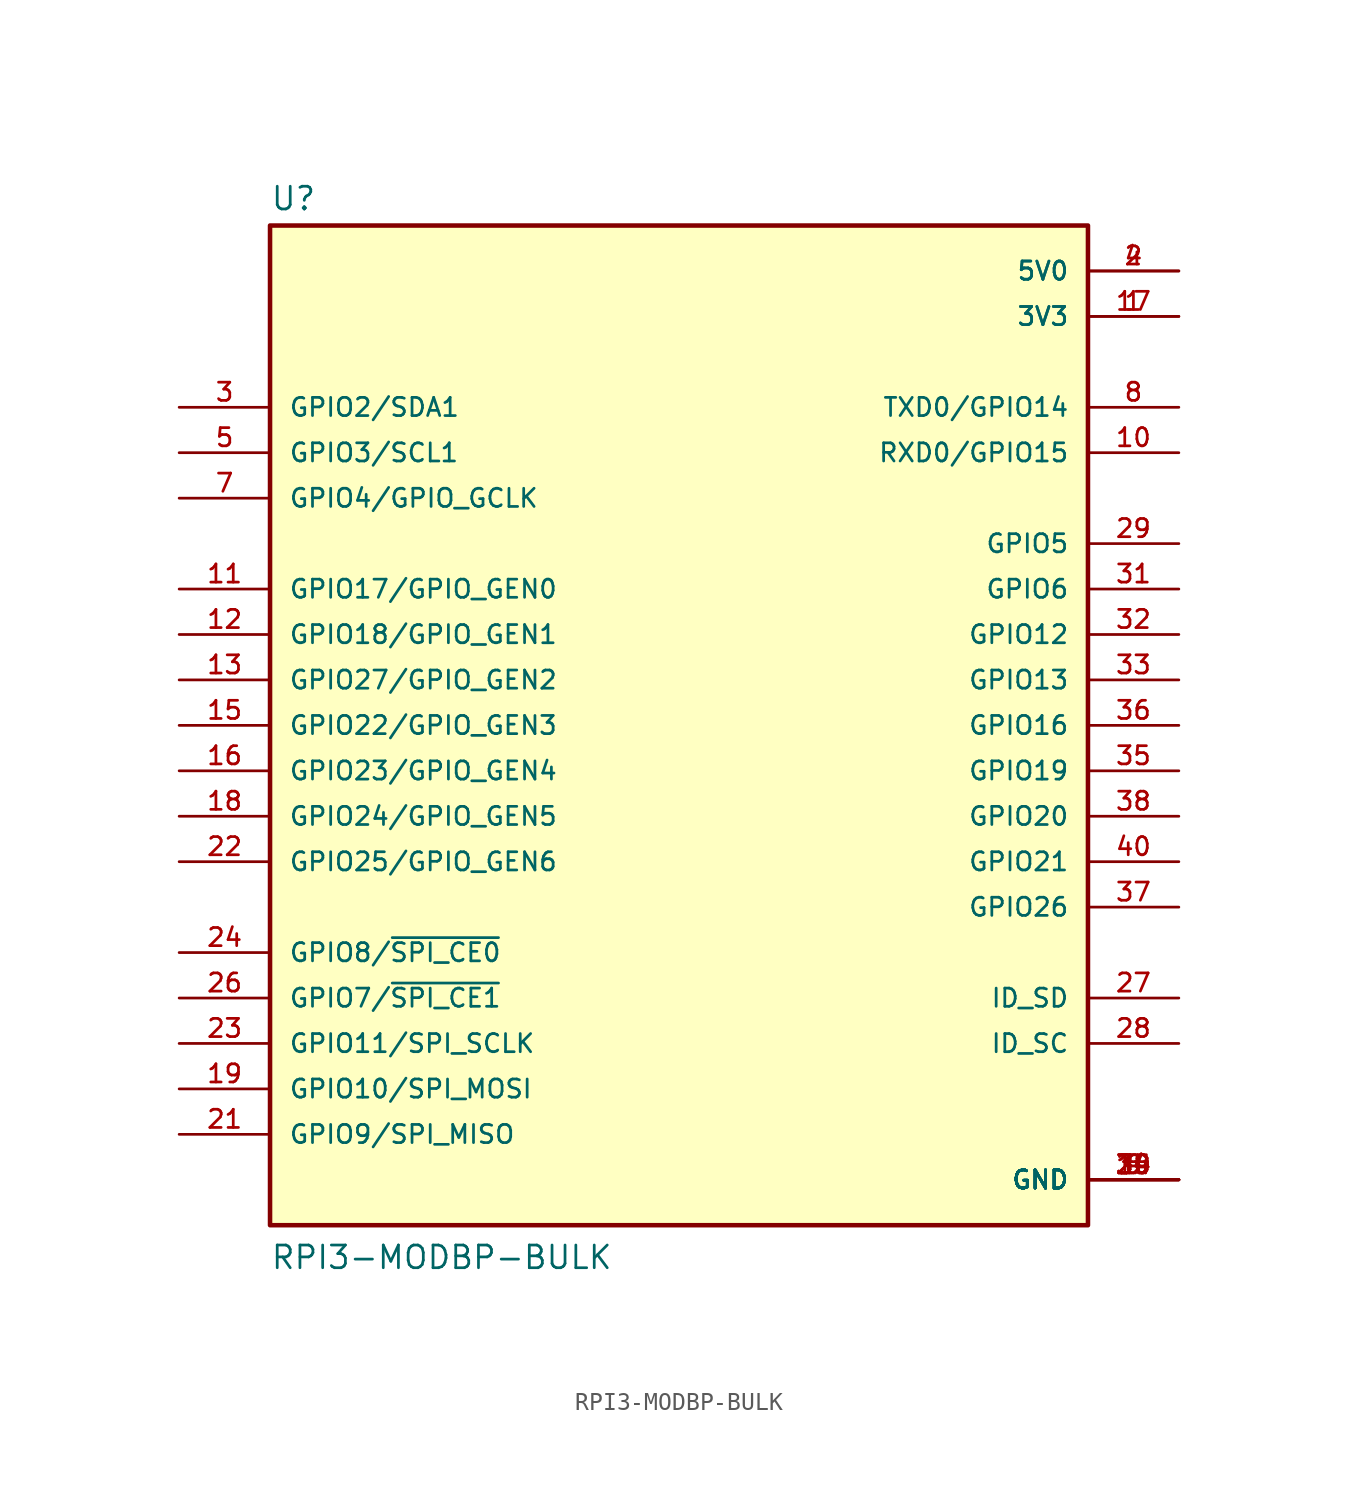
<source format=kicad_sym>
(kicad_symbol_lib
  (version 20211014)
  (generator kicad_symbol_editor)
  (symbol "RPI3-MODBP-BULK"
    (pin_names
      (offset 1.016))
    (property "Reference" "U"
      (at -22.86 28.702 0)
      (effects (font (size 1.27 1.27)) (justify bottom left)))
    (property "Value" "RPI3-MODBP-BULK"
      (at -22.86 -30.48 0)
      (effects (font (size 1.27 1.27)) (justify bottom left)))
    (symbol "RPI3-MODBP-BULK_0_0"
      (rectangle (start -22.86 -27.94) (end 22.86 27.94) (stroke (width 0.254)) (fill (type background)))
      (pin power_in line (at 27.94 25.4 180.0) (length 5.08) (name "5V0" (effects (font (size 1.016 1.016)))) (number "2" (effects (font (size 1.016 1.016)))))
      (pin power_in line (at 27.94 25.4 180.0) (length 5.08) (name "5V0" (effects (font (size 1.016 1.016)))) (number "4" (effects (font (size 1.016 1.016)))))
      (pin power_in line (at 27.94 22.86 180.0) (length 5.08) (name "3V3" (effects (font (size 1.016 1.016)))) (number "1" (effects (font (size 1.016 1.016)))))
      (pin power_in line (at 27.94 22.86 180.0) (length 5.08) (name "3V3" (effects (font (size 1.016 1.016)))) (number "17" (effects (font (size 1.016 1.016)))))
      (pin bidirectional line (at -27.94 17.78 0) (length 5.08) (name "GPIO2/SDA1" (effects (font (size 1.016 1.016)))) (number "3" (effects (font (size 1.016 1.016)))))
      (pin bidirectional line (at -27.94 15.24 0) (length 5.08) (name "GPIO3/SCL1" (effects (font (size 1.016 1.016)))) (number "5" (effects (font (size 1.016 1.016)))))
      (pin bidirectional line (at -27.94 12.7 0) (length 5.08) (name "GPIO4/GPIO_GCLK" (effects (font (size 1.016 1.016)))) (number "7" (effects (font (size 1.016 1.016)))))
      (pin bidirectional line (at 27.94 17.78 180.0) (length 5.08) (name "TXD0/GPIO14" (effects (font (size 1.016 1.016)))) (number "8" (effects (font (size 1.016 1.016)))))
      (pin power_in line (at 27.94 -25.4 180.0) (length 5.08) (name "GND" (effects (font (size 1.016 1.016)))) (number "6" (effects (font (size 1.016 1.016)))))
      (pin power_in line (at 27.94 -25.4 180.0) (length 5.08) (name "GND" (effects (font (size 1.016 1.016)))) (number "9" (effects (font (size 1.016 1.016)))))
      (pin power_in line (at 27.94 -25.4 180.0) (length 5.08) (name "GND" (effects (font (size 1.016 1.016)))) (number "14" (effects (font (size 1.016 1.016)))))
      (pin power_in line (at 27.94 -25.4 180.0) (length 5.08) (name "GND" (effects (font (size 1.016 1.016)))) (number "20" (effects (font (size 1.016 1.016)))))
      (pin power_in line (at 27.94 -25.4 180.0) (length 5.08) (name "GND" (effects (font (size 1.016 1.016)))) (number "25" (effects (font (size 1.016 1.016)))))
      (pin power_in line (at 27.94 -25.4 180.0) (length 5.08) (name "GND" (effects (font (size 1.016 1.016)))) (number "30" (effects (font (size 1.016 1.016)))))
      (pin power_in line (at 27.94 -25.4 180.0) (length 5.08) (name "GND" (effects (font (size 1.016 1.016)))) (number "34" (effects (font (size 1.016 1.016)))))
      (pin power_in line (at 27.94 -25.4 180.0) (length 5.08) (name "GND" (effects (font (size 1.016 1.016)))) (number "39" (effects (font (size 1.016 1.016)))))
      (pin bidirectional line (at 27.94 15.24 180.0) (length 5.08) (name "RXD0/GPIO15" (effects (font (size 1.016 1.016)))) (number "10" (effects (font (size 1.016 1.016)))))
      (pin bidirectional line (at -27.94 7.62 0) (length 5.08) (name "GPIO17/GPIO_GEN0" (effects (font (size 1.016 1.016)))) (number "11" (effects (font (size 1.016 1.016)))))
      (pin bidirectional line (at -27.94 5.08 0) (length 5.08) (name "GPIO18/GPIO_GEN1" (effects (font (size 1.016 1.016)))) (number "12" (effects (font (size 1.016 1.016)))))
      (pin bidirectional line (at -27.94 2.54 0) (length 5.08) (name "GPIO27/GPIO_GEN2" (effects (font (size 1.016 1.016)))) (number "13" (effects (font (size 1.016 1.016)))))
      (pin bidirectional line (at -27.94 0.0 0) (length 5.08) (name "GPIO22/GPIO_GEN3" (effects (font (size 1.016 1.016)))) (number "15" (effects (font (size 1.016 1.016)))))
      (pin bidirectional line (at -27.94 -2.54 0) (length 5.08) (name "GPIO23/GPIO_GEN4" (effects (font (size 1.016 1.016)))) (number "16" (effects (font (size 1.016 1.016)))))
      (pin bidirectional line (at -27.94 -5.08 0) (length 5.08) (name "GPIO24/GPIO_GEN5" (effects (font (size 1.016 1.016)))) (number "18" (effects (font (size 1.016 1.016)))))
      (pin bidirectional line (at -27.94 -20.32 0) (length 5.08) (name "GPIO10/SPI_MOSI" (effects (font (size 1.016 1.016)))) (number "19" (effects (font (size 1.016 1.016)))))
      (pin bidirectional line (at -27.94 -22.86 0) (length 5.08) (name "GPIO9/SPI_MISO" (effects (font (size 1.016 1.016)))) (number "21" (effects (font (size 1.016 1.016)))))
      (pin bidirectional line (at -27.94 -7.62 0) (length 5.08) (name "GPIO25/GPIO_GEN6" (effects (font (size 1.016 1.016)))) (number "22" (effects (font (size 1.016 1.016)))))
      (pin bidirectional line (at -27.94 -17.78 0) (length 5.08) (name "GPIO11/SPI_SCLK" (effects (font (size 1.016 1.016)))) (number "23" (effects (font (size 1.016 1.016)))))
      (pin bidirectional line (at -27.94 -12.7 0) (length 5.08) (name "GPIO8/~{SPI_CE0}" (effects (font (size 1.016 1.016)))) (number "24" (effects (font (size 1.016 1.016)))))
      (pin bidirectional line (at -27.94 -15.24 0) (length 5.08) (name "GPIO7/~{SPI_CE1}" (effects (font (size 1.016 1.016)))) (number "26" (effects (font (size 1.016 1.016)))))
      (pin bidirectional line (at 27.94 -15.24 180.0) (length 5.08) (name "ID_SD" (effects (font (size 1.016 1.016)))) (number "27" (effects (font (size 1.016 1.016)))))
      (pin bidirectional line (at 27.94 -17.78 180.0) (length 5.08) (name "ID_SC" (effects (font (size 1.016 1.016)))) (number "28" (effects (font (size 1.016 1.016)))))
      (pin bidirectional line (at 27.94 10.16 180.0) (length 5.08) (name "GPIO5" (effects (font (size 1.016 1.016)))) (number "29" (effects (font (size 1.016 1.016)))))
      (pin bidirectional line (at 27.94 7.62 180.0) (length 5.08) (name "GPIO6" (effects (font (size 1.016 1.016)))) (number "31" (effects (font (size 1.016 1.016)))))
      (pin bidirectional line (at 27.94 5.08 180.0) (length 5.08) (name "GPIO12" (effects (font (size 1.016 1.016)))) (number "32" (effects (font (size 1.016 1.016)))))
      (pin bidirectional line (at 27.94 2.54 180.0) (length 5.08) (name "GPIO13" (effects (font (size 1.016 1.016)))) (number "33" (effects (font (size 1.016 1.016)))))
      (pin bidirectional line (at 27.94 -2.54 180.0) (length 5.08) (name "GPIO19" (effects (font (size 1.016 1.016)))) (number "35" (effects (font (size 1.016 1.016)))))
      (pin bidirectional line (at 27.94 0.0 180.0) (length 5.08) (name "GPIO16" (effects (font (size 1.016 1.016)))) (number "36" (effects (font (size 1.016 1.016)))))
      (pin bidirectional line (at 27.94 -10.16 180.0) (length 5.08) (name "GPIO26" (effects (font (size 1.016 1.016)))) (number "37" (effects (font (size 1.016 1.016)))))
      (pin bidirectional line (at 27.94 -5.08 180.0) (length 5.08) (name "GPIO20" (effects (font (size 1.016 1.016)))) (number "38" (effects (font (size 1.016 1.016)))))
      (pin bidirectional line (at 27.94 -7.62 180.0) (length 5.08) (name "GPIO21" (effects (font (size 1.016 1.016)))) (number "40" (effects (font (size 1.016 1.016))))))))
</source>
